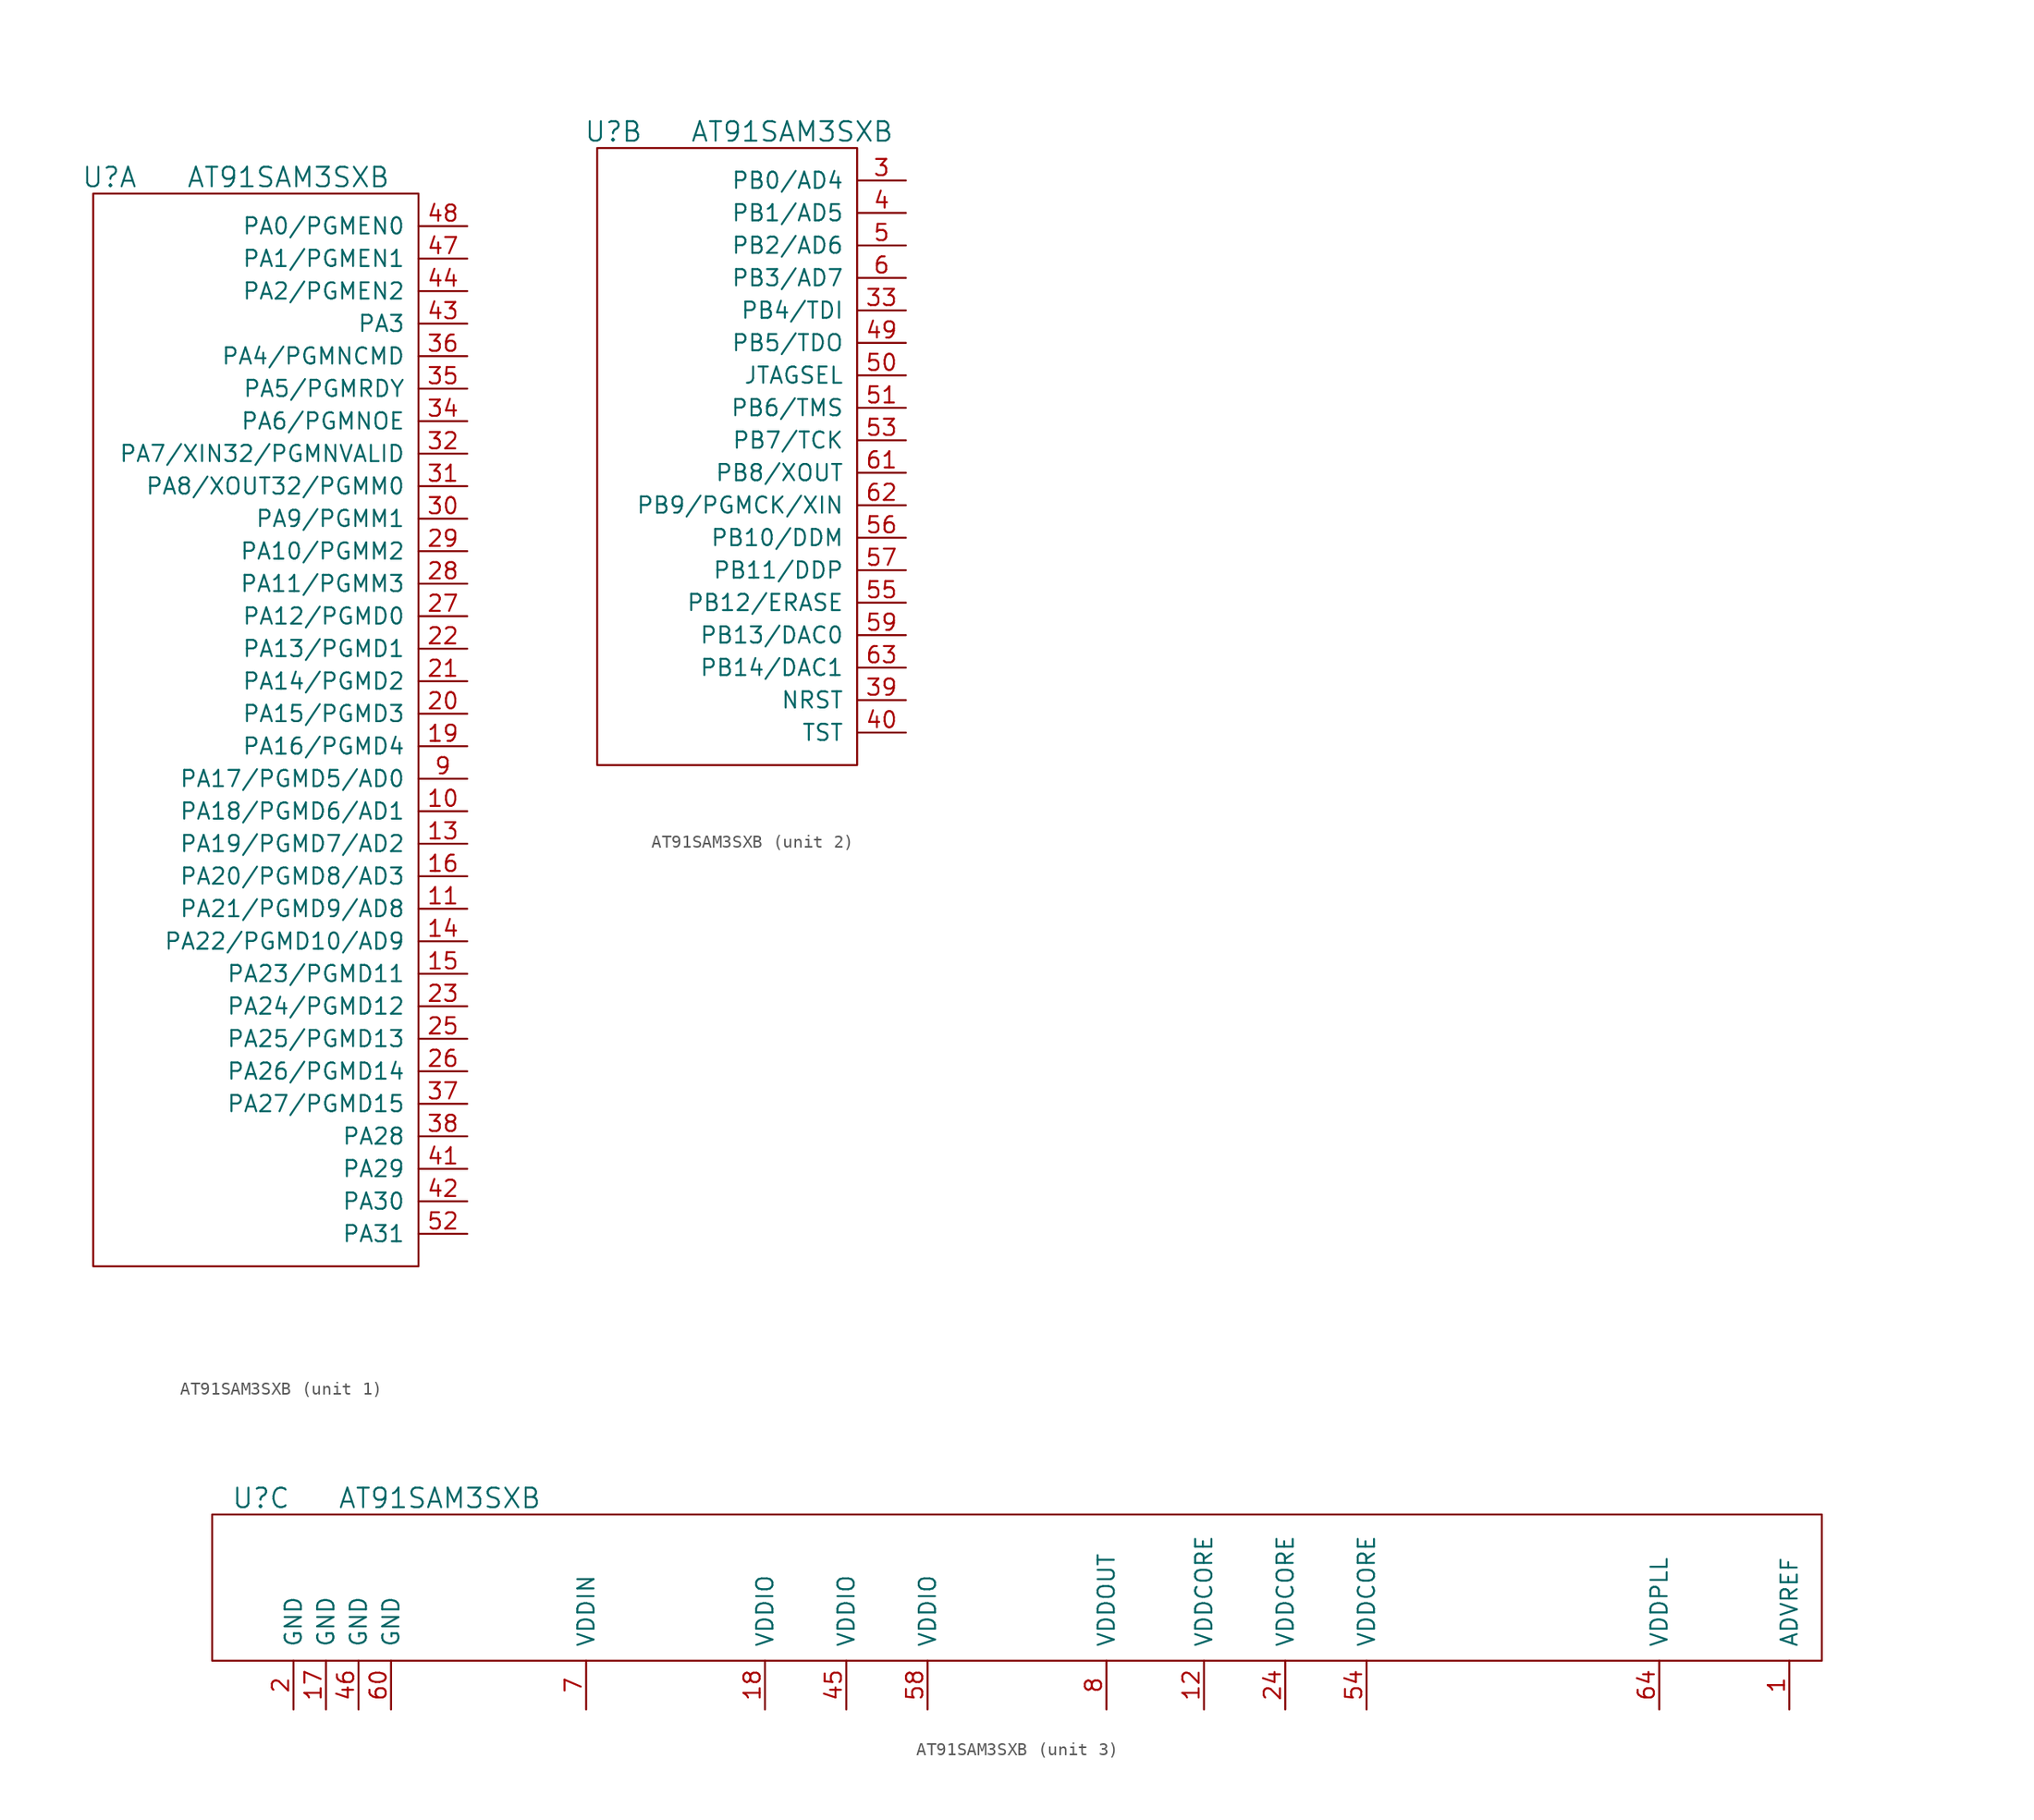
<source format=kicad_sym>
(kicad_symbol_lib
  (version 20210619)
  (generator kicad_symbol_editor)
  (symbol "tinkerforge:AT91SAM3SXB"
    (pin_names
      (offset 1.016))
    (property "Reference" "U"
      (at 1.27 1.27 0)
      (effects (font (size 1.524 1.524))))
    (property "Value" "AT91SAM3SXB"
      (at 15.24 1.27 0)
      (effects (font (size 1.524 1.524))))
    (property "Footprint" ""
      (at 0 0 0)
      (effects (font (size 1.524 1.524))))
    (property "Datasheet" ""
      (at 0 0 0)
      (effects (font (size 1.524 1.524))))
    (symbol "AT91SAM3SXB_1_1"
      (rectangle (start 25.4 0) (end 0 -83.82) (stroke (width 0)) (fill (type none)))
      (pin passive line (at 29.21 -48.26 180) (length 3.81) (name "PA18/PGMD6/AD1" (effects (font (size 1.27 1.27)))) (number "10" (effects (font (size 1.27 1.27)))))
      (pin passive line (at 29.21 -55.88 180) (length 3.81) (name "PA21/PGMD9/AD8" (effects (font (size 1.27 1.27)))) (number "11" (effects (font (size 1.27 1.27)))))
      (pin passive line (at 29.21 -50.8 180) (length 3.81) (name "PA19/PGMD7/AD2" (effects (font (size 1.27 1.27)))) (number "13" (effects (font (size 1.27 1.27)))))
      (pin passive line (at 29.21 -58.42 180) (length 3.81) (name "PA22/PGMD10/AD9" (effects (font (size 1.27 1.27)))) (number "14" (effects (font (size 1.27 1.27)))))
      (pin passive line (at 29.21 -60.96 180) (length 3.81) (name "PA23/PGMD11" (effects (font (size 1.27 1.27)))) (number "15" (effects (font (size 1.27 1.27)))))
      (pin passive line (at 29.21 -53.34 180) (length 3.81) (name "PA20/PGMD8/AD3" (effects (font (size 1.27 1.27)))) (number "16" (effects (font (size 1.27 1.27)))))
      (pin passive line (at 29.21 -43.18 180) (length 3.81) (name "PA16/PGMD4" (effects (font (size 1.27 1.27)))) (number "19" (effects (font (size 1.27 1.27)))))
      (pin passive line (at 29.21 -40.64 180) (length 3.81) (name "PA15/PGMD3" (effects (font (size 1.27 1.27)))) (number "20" (effects (font (size 1.27 1.27)))))
      (pin passive line (at 29.21 -38.1 180) (length 3.81) (name "PA14/PGMD2" (effects (font (size 1.27 1.27)))) (number "21" (effects (font (size 1.27 1.27)))))
      (pin passive line (at 29.21 -35.56 180) (length 3.81) (name "PA13/PGMD1" (effects (font (size 1.27 1.27)))) (number "22" (effects (font (size 1.27 1.27)))))
      (pin passive line (at 29.21 -63.5 180) (length 3.81) (name "PA24/PGMD12" (effects (font (size 1.27 1.27)))) (number "23" (effects (font (size 1.27 1.27)))))
      (pin passive line (at 29.21 -66.04 180) (length 3.81) (name "PA25/PGMD13" (effects (font (size 1.27 1.27)))) (number "25" (effects (font (size 1.27 1.27)))))
      (pin passive line (at 29.21 -68.58 180) (length 3.81) (name "PA26/PGMD14" (effects (font (size 1.27 1.27)))) (number "26" (effects (font (size 1.27 1.27)))))
      (pin passive line (at 29.21 -33.02 180) (length 3.81) (name "PA12/PGMD0" (effects (font (size 1.27 1.27)))) (number "27" (effects (font (size 1.27 1.27)))))
      (pin passive line (at 29.21 -30.48 180) (length 3.81) (name "PA11/PGMM3" (effects (font (size 1.27 1.27)))) (number "28" (effects (font (size 1.27 1.27)))))
      (pin passive line (at 29.21 -27.94 180) (length 3.81) (name "PA10/PGMM2" (effects (font (size 1.27 1.27)))) (number "29" (effects (font (size 1.27 1.27)))))
      (pin passive line (at 29.21 -25.4 180) (length 3.81) (name "PA9/PGMM1" (effects (font (size 1.27 1.27)))) (number "30" (effects (font (size 1.27 1.27)))))
      (pin passive line (at 29.21 -22.86 180) (length 3.81) (name "PA8/XOUT32/PGMM0" (effects (font (size 1.27 1.27)))) (number "31" (effects (font (size 1.27 1.27)))))
      (pin passive line (at 29.21 -20.32 180) (length 3.81) (name "PA7/XIN32/PGMNVALID" (effects (font (size 1.27 1.27)))) (number "32" (effects (font (size 1.27 1.27)))))
      (pin passive line (at 29.21 -17.78 180) (length 3.81) (name "PA6/PGMNOE" (effects (font (size 1.27 1.27)))) (number "34" (effects (font (size 1.27 1.27)))))
      (pin passive line (at 29.21 -15.24 180) (length 3.81) (name "PA5/PGMRDY" (effects (font (size 1.27 1.27)))) (number "35" (effects (font (size 1.27 1.27)))))
      (pin passive line (at 29.21 -12.7 180) (length 3.81) (name "PA4/PGMNCMD" (effects (font (size 1.27 1.27)))) (number "36" (effects (font (size 1.27 1.27)))))
      (pin passive line (at 29.21 -71.12 180) (length 3.81) (name "PA27/PGMD15" (effects (font (size 1.27 1.27)))) (number "37" (effects (font (size 1.27 1.27)))))
      (pin passive line (at 29.21 -73.66 180) (length 3.81) (name "PA28" (effects (font (size 1.27 1.27)))) (number "38" (effects (font (size 1.27 1.27)))))
      (pin passive line (at 29.21 -76.2 180) (length 3.81) (name "PA29" (effects (font (size 1.27 1.27)))) (number "41" (effects (font (size 1.27 1.27)))))
      (pin passive line (at 29.21 -78.74 180) (length 3.81) (name "PA30" (effects (font (size 1.27 1.27)))) (number "42" (effects (font (size 1.27 1.27)))))
      (pin passive line (at 29.21 -10.16 180) (length 3.81) (name "PA3" (effects (font (size 1.27 1.27)))) (number "43" (effects (font (size 1.27 1.27)))))
      (pin passive line (at 29.21 -7.62 180) (length 3.81) (name "PA2/PGMEN2" (effects (font (size 1.27 1.27)))) (number "44" (effects (font (size 1.27 1.27)))))
      (pin passive line (at 29.21 -5.08 180) (length 3.81) (name "PA1/PGMEN1" (effects (font (size 1.27 1.27)))) (number "47" (effects (font (size 1.27 1.27)))))
      (pin passive line (at 29.21 -2.54 180) (length 3.81) (name "PA0/PGMEN0" (effects (font (size 1.27 1.27)))) (number "48" (effects (font (size 1.27 1.27)))))
      (pin passive line (at 29.21 -81.28 180) (length 3.81) (name "PA31" (effects (font (size 1.27 1.27)))) (number "52" (effects (font (size 1.27 1.27)))))
      (pin passive line (at 29.21 -45.72 180) (length 3.81) (name "PA17/PGMD5/AD0" (effects (font (size 1.27 1.27)))) (number "9" (effects (font (size 1.27 1.27))))))
    (symbol "AT91SAM3SXB_2_1"
      (rectangle (start 20.32 0) (end 0 -48.26) (stroke (width 0)) (fill (type none)))
      (pin passive line (at 24.13 -2.54 180) (length 3.81) (name "PB0/AD4" (effects (font (size 1.27 1.27)))) (number "3" (effects (font (size 1.27 1.27)))))
      (pin passive line (at 24.13 -12.7 180) (length 3.81) (name "PB4/TDI" (effects (font (size 1.27 1.27)))) (number "33" (effects (font (size 1.27 1.27)))))
      (pin passive line (at 24.13 -43.18 180) (length 3.81) (name "NRST" (effects (font (size 1.27 1.27)))) (number "39" (effects (font (size 1.27 1.27)))))
      (pin passive line (at 24.13 -5.08 180) (length 3.81) (name "PB1/AD5" (effects (font (size 1.27 1.27)))) (number "4" (effects (font (size 1.27 1.27)))))
      (pin passive line (at 24.13 -45.72 180) (length 3.81) (name "TST" (effects (font (size 1.27 1.27)))) (number "40" (effects (font (size 1.27 1.27)))))
      (pin passive line (at 24.13 -15.24 180) (length 3.81) (name "PB5/TDO" (effects (font (size 1.27 1.27)))) (number "49" (effects (font (size 1.27 1.27)))))
      (pin passive line (at 24.13 -7.62 180) (length 3.81) (name "PB2/AD6" (effects (font (size 1.27 1.27)))) (number "5" (effects (font (size 1.27 1.27)))))
      (pin passive line (at 24.13 -17.78 180) (length 3.81) (name "JTAGSEL" (effects (font (size 1.27 1.27)))) (number "50" (effects (font (size 1.27 1.27)))))
      (pin passive line (at 24.13 -20.32 180) (length 3.81) (name "PB6/TMS" (effects (font (size 1.27 1.27)))) (number "51" (effects (font (size 1.27 1.27)))))
      (pin passive line (at 24.13 -22.86 180) (length 3.81) (name "PB7/TCK" (effects (font (size 1.27 1.27)))) (number "53" (effects (font (size 1.27 1.27)))))
      (pin passive line (at 24.13 -35.56 180) (length 3.81) (name "PB12/ERASE" (effects (font (size 1.27 1.27)))) (number "55" (effects (font (size 1.27 1.27)))))
      (pin passive line (at 24.13 -30.48 180) (length 3.81) (name "PB10/DDM" (effects (font (size 1.27 1.27)))) (number "56" (effects (font (size 1.27 1.27)))))
      (pin passive line (at 24.13 -33.02 180) (length 3.81) (name "PB11/DDP" (effects (font (size 1.27 1.27)))) (number "57" (effects (font (size 1.27 1.27)))))
      (pin passive line (at 24.13 -38.1 180) (length 3.81) (name "PB13/DAC0" (effects (font (size 1.27 1.27)))) (number "59" (effects (font (size 1.27 1.27)))))
      (pin passive line (at 24.13 -10.16 180) (length 3.81) (name "PB3/AD7" (effects (font (size 1.27 1.27)))) (number "6" (effects (font (size 1.27 1.27)))))
      (pin passive line (at 24.13 -25.4 180) (length 3.81) (name "PB8/XOUT" (effects (font (size 1.27 1.27)))) (number "61" (effects (font (size 1.27 1.27)))))
      (pin passive line (at 24.13 -27.94 180) (length 3.81) (name "PB9/PGMCK/XIN" (effects (font (size 1.27 1.27)))) (number "62" (effects (font (size 1.27 1.27)))))
      (pin passive line (at 24.13 -40.64 180) (length 3.81) (name "PB14/DAC1" (effects (font (size 1.27 1.27)))) (number "63" (effects (font (size 1.27 1.27))))))
    (symbol "AT91SAM3SXB_3_1"
      (rectangle (start -2.54 0) (end 123.19 -11.43) (stroke (width 0)) (fill (type none)))
      (pin passive line (at 120.65 -15.24 90) (length 3.81) (name "ADVREF" (effects (font (size 1.27 1.27)))) (number "1" (effects (font (size 1.27 1.27)))))
      (pin passive line (at 74.93 -15.24 90) (length 3.81) (name "VDDCORE" (effects (font (size 1.27 1.27)))) (number "12" (effects (font (size 1.27 1.27)))))
      (pin passive line (at 6.35 -15.24 90) (length 3.81) (name "GND" (effects (font (size 1.27 1.27)))) (number "17" (effects (font (size 1.27 1.27)))))
      (pin passive line (at 40.64 -15.24 90) (length 3.81) (name "VDDIO" (effects (font (size 1.27 1.27)))) (number "18" (effects (font (size 1.27 1.27)))))
      (pin passive line (at 3.81 -15.24 90) (length 3.81) (name "GND" (effects (font (size 1.27 1.27)))) (number "2" (effects (font (size 1.27 1.27)))))
      (pin passive line (at 81.28 -15.24 90) (length 3.81) (name "VDDCORE" (effects (font (size 1.27 1.27)))) (number "24" (effects (font (size 1.27 1.27)))))
      (pin passive line (at 46.99 -15.24 90) (length 3.81) (name "VDDIO" (effects (font (size 1.27 1.27)))) (number "45" (effects (font (size 1.27 1.27)))))
      (pin passive line (at 8.89 -15.24 90) (length 3.81) (name "GND" (effects (font (size 1.27 1.27)))) (number "46" (effects (font (size 1.27 1.27)))))
      (pin passive line (at 87.63 -15.24 90) (length 3.81) (name "VDDCORE" (effects (font (size 1.27 1.27)))) (number "54" (effects (font (size 1.27 1.27)))))
      (pin passive line (at 53.34 -15.24 90) (length 3.81) (name "VDDIO" (effects (font (size 1.27 1.27)))) (number "58" (effects (font (size 1.27 1.27)))))
      (pin passive line (at 11.43 -15.24 90) (length 3.81) (name "GND" (effects (font (size 1.27 1.27)))) (number "60" (effects (font (size 1.27 1.27)))))
      (pin passive line (at 110.49 -15.24 90) (length 3.81) (name "VDDPLL" (effects (font (size 1.27 1.27)))) (number "64" (effects (font (size 1.27 1.27)))))
      (pin passive line (at 26.67 -15.24 90) (length 3.81) (name "VDDIN" (effects (font (size 1.27 1.27)))) (number "7" (effects (font (size 1.27 1.27)))))
      (pin passive line (at 67.31 -15.24 90) (length 3.81) (name "VDDOUT" (effects (font (size 1.27 1.27)))) (number "8" (effects (font (size 1.27 1.27))))))))
</source>
